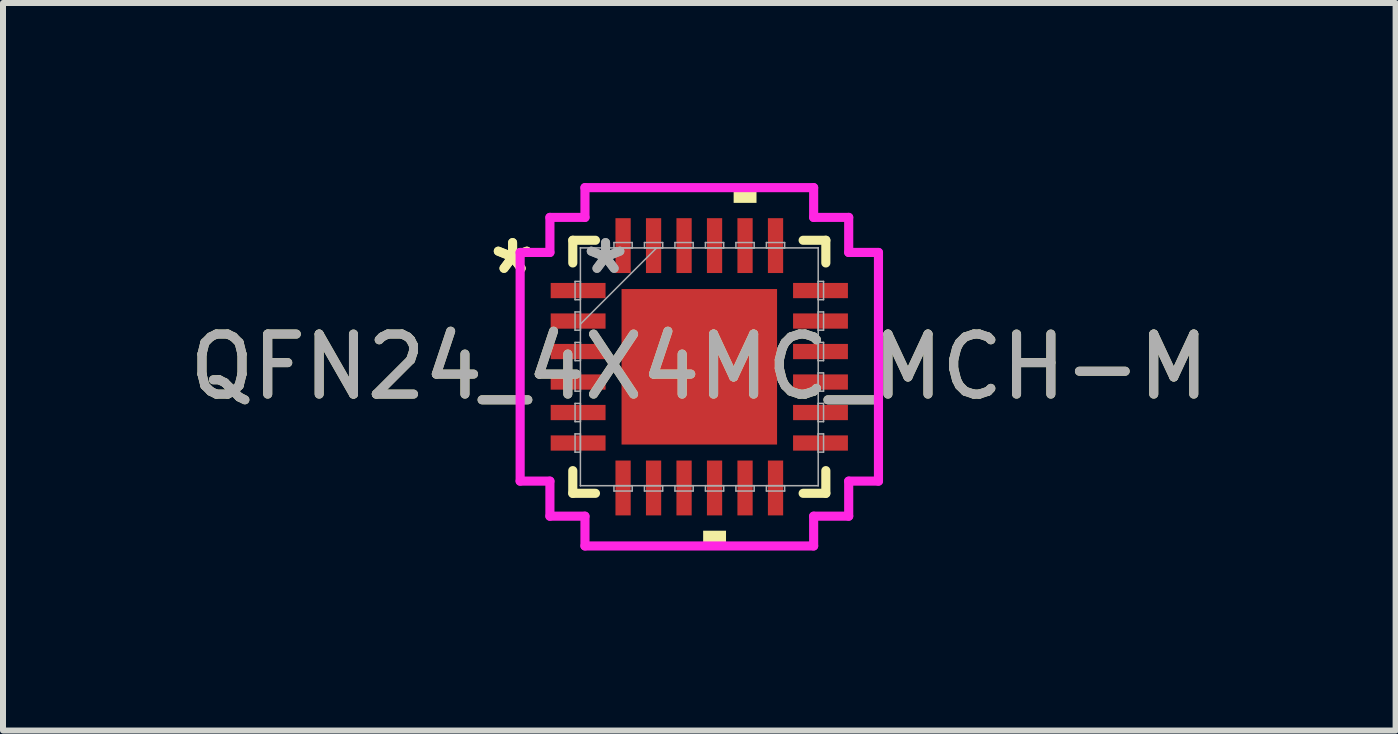
<source format=kicad_pcb>
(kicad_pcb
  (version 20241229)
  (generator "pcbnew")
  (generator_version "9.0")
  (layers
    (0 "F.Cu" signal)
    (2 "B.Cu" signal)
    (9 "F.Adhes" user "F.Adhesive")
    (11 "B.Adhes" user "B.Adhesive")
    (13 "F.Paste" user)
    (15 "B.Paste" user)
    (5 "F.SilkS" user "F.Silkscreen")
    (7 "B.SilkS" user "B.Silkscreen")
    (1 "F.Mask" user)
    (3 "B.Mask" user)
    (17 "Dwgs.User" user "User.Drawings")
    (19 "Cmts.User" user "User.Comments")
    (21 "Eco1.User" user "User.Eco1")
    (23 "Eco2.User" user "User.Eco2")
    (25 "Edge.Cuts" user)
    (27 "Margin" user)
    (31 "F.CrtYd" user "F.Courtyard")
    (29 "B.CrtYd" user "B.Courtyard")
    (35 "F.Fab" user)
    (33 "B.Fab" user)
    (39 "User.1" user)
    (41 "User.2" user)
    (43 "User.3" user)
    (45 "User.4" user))
  (footprint "QFN24_4X4MC_MCH-M"
    (layer "F.Cu")
    (at 8.601 3.061)
    (property "Reference" "QFN24_4X4MC_MCH-M" (at 0 0 0) (unlocked yes) (layer "F.SilkS") (effects (font (size 1 1) (thickness 0.15))))
    (attr smd)
    (fp_line (start -2.108 -2.108) (end -2.108 -1.73) (stroke (width 0.152) (type solid)) (layer "F.SilkS"))
    (fp_line (start -2.108 1.73) (end -2.108 2.108) (stroke (width 0.152) (type solid)) (layer "F.SilkS"))
    (fp_line (start -2.108 2.108) (end -1.73 2.108) (stroke (width 0.152) (type solid)) (layer "F.SilkS"))
    (fp_line (start -1.73 -2.108) (end -2.108 -2.108) (stroke (width 0.152) (type solid)) (layer "F.SilkS"))
    (fp_line (start 1.73 2.108) (end 2.108 2.108) (stroke (width 0.152) (type solid)) (layer "F.SilkS"))
    (fp_line (start 2.108 -2.108) (end 1.73 -2.108) (stroke (width 0.152) (type solid)) (layer "F.SilkS"))
    (fp_line (start 2.108 -1.73) (end 2.108 -2.108) (stroke (width 0.152) (type solid)) (layer "F.SilkS"))
    (fp_line (start 2.108 2.108) (end 2.108 1.73) (stroke (width 0.152) (type solid)) (layer "F.SilkS"))
    (fp_poly (pts (xy 0.064 2.731) (xy 0.064 2.985) (xy 0.445 2.985) (xy 0.445 2.731)) (stroke (width 0) (type solid)) (fill yes) (layer "F.SilkS"))
    (fp_poly (pts (xy 0.572 -2.731) (xy 0.572 -2.985) (xy 0.953 -2.985) (xy 0.953 -2.731)) (stroke (width 0) (type solid)) (fill yes) (layer "F.SilkS"))
    (fp_poly (pts (xy -1.195 -1.195) (xy -1.195 -0.1) (xy -0.1 -0.1) (xy -0.1 -1.195)) (stroke (width 0) (type solid)) (fill yes) (layer "F.Paste"))
    (fp_poly (pts (xy -1.195 0.1) (xy -1.195 1.195) (xy -0.1 1.195) (xy -0.1 0.1)) (stroke (width 0) (type solid)) (fill yes) (layer "F.Paste"))
    (fp_poly (pts (xy 0.1 -1.195) (xy 0.1 -0.1) (xy 1.195 -0.1) (xy 1.195 -1.195)) (stroke (width 0) (type solid)) (fill yes) (layer "F.Paste"))
    (fp_poly (pts (xy 0.1 0.1) (xy 0.1 1.195) (xy 1.195 1.195) (xy 1.195 0.1)) (stroke (width 0) (type solid)) (fill yes) (layer "F.Paste"))
    (fp_line (start -2.985 -1.905) (end -2.489 -1.905) (stroke (width 0.152) (type solid)) (layer "F.CrtYd"))
    (fp_line (start -2.985 1.905) (end -2.985 -1.905) (stroke (width 0.152) (type solid)) (layer "F.CrtYd"))
    (fp_line (start -2.489 -2.489) (end -1.905 -2.489) (stroke (width 0.152) (type solid)) (layer "F.CrtYd"))
    (fp_line (start -2.489 -1.905) (end -2.489 -2.489) (stroke (width 0.152) (type solid)) (layer "F.CrtYd"))
    (fp_line (start -2.489 1.905) (end -2.985 1.905) (stroke (width 0.152) (type solid)) (layer "F.CrtYd"))
    (fp_line (start -2.489 2.489) (end -2.489 1.905) (stroke (width 0.152) (type solid)) (layer "F.CrtYd"))
    (fp_line (start -1.905 -2.985) (end 1.905 -2.985) (stroke (width 0.152) (type solid)) (layer "F.CrtYd"))
    (fp_line (start -1.905 -2.489) (end -1.905 -2.985) (stroke (width 0.152) (type solid)) (layer "F.CrtYd"))
    (fp_line (start -1.905 2.489) (end -2.489 2.489) (stroke (width 0.152) (type solid)) (layer "F.CrtYd"))
    (fp_line (start -1.905 2.985) (end -1.905 2.489) (stroke (width 0.152) (type solid)) (layer "F.CrtYd"))
    (fp_line (start 1.905 -2.985) (end 1.905 -2.489) (stroke (width 0.152) (type solid)) (layer "F.CrtYd"))
    (fp_line (start 1.905 -2.489) (end 2.489 -2.489) (stroke (width 0.152) (type solid)) (layer "F.CrtYd"))
    (fp_line (start 1.905 2.489) (end 1.905 2.985) (stroke (width 0.152) (type solid)) (layer "F.CrtYd"))
    (fp_line (start 1.905 2.985) (end -1.905 2.985) (stroke (width 0.152) (type solid)) (layer "F.CrtYd"))
    (fp_line (start 2.489 -2.489) (end 2.489 -1.905) (stroke (width 0.152) (type solid)) (layer "F.CrtYd"))
    (fp_line (start 2.489 -1.905) (end 2.985 -1.905) (stroke (width 0.152) (type solid)) (layer "F.CrtYd"))
    (fp_line (start 2.489 1.905) (end 2.489 2.489) (stroke (width 0.152) (type solid)) (layer "F.CrtYd"))
    (fp_line (start 2.489 2.489) (end 1.905 2.489) (stroke (width 0.152) (type solid)) (layer "F.CrtYd"))
    (fp_line (start 2.985 -1.905) (end 2.985 1.905) (stroke (width 0.152) (type solid)) (layer "F.CrtYd"))
    (fp_line (start 2.985 1.905) (end 2.489 1.905) (stroke (width 0.152) (type solid)) (layer "F.CrtYd"))
    (fp_line (start -2.07 -1.422) (end -2.07 -1.118) (stroke (width 0.025) (type solid)) (layer "F.Fab"))
    (fp_line (start -2.07 -1.118) (end -1.981 -1.118) (stroke (width 0.025) (type solid)) (layer "F.Fab"))
    (fp_line (start -2.07 -0.914) (end -2.07 -0.61) (stroke (width 0.025) (type solid)) (layer "F.Fab"))
    (fp_line (start -2.07 -0.61) (end -1.981 -0.61) (stroke (width 0.025) (type solid)) (layer "F.Fab"))
    (fp_line (start -2.07 -0.406) (end -2.07 -0.102) (stroke (width 0.025) (type solid)) (layer "F.Fab"))
    (fp_line (start -2.07 -0.102) (end -1.981 -0.102) (stroke (width 0.025) (type solid)) (layer "F.Fab"))
    (fp_line (start -2.07 0.102) (end -2.07 0.406) (stroke (width 0.025) (type solid)) (layer "F.Fab"))
    (fp_line (start -2.07 0.406) (end -1.981 0.406) (stroke (width 0.025) (type solid)) (layer "F.Fab"))
    (fp_line (start -2.07 0.61) (end -2.07 0.914) (stroke (width 0.025) (type solid)) (layer "F.Fab"))
    (fp_line (start -2.07 0.914) (end -1.981 0.914) (stroke (width 0.025) (type solid)) (layer "F.Fab"))
    (fp_line (start -2.07 1.118) (end -2.07 1.422) (stroke (width 0.025) (type solid)) (layer "F.Fab"))
    (fp_line (start -2.07 1.422) (end -1.981 1.422) (stroke (width 0.025) (type solid)) (layer "F.Fab"))
    (fp_line (start -1.981 -1.981) (end -1.981 -1.981) (stroke (width 0.025) (type solid)) (layer "F.Fab"))
    (fp_line (start -1.981 -1.981) (end -1.981 1.981) (stroke (width 0.025) (type solid)) (layer "F.Fab"))
    (fp_line (start -1.981 -1.422) (end -2.07 -1.422) (stroke (width 0.025) (type solid)) (layer "F.Fab"))
    (fp_line (start -1.981 -1.118) (end -1.981 -1.422) (stroke (width 0.025) (type solid)) (layer "F.Fab"))
    (fp_line (start -1.981 -0.914) (end -2.07 -0.914) (stroke (width 0.025) (type solid)) (layer "F.Fab"))
    (fp_line (start -1.981 -0.711) (end -0.711 -1.981) (stroke (width 0.025) (type solid)) (layer "F.Fab"))
    (fp_line (start -1.981 -0.61) (end -1.981 -0.914) (stroke (width 0.025) (type solid)) (layer "F.Fab"))
    (fp_line (start -1.981 -0.406) (end -2.07 -0.406) (stroke (width 0.025) (type solid)) (layer "F.Fab"))
    (fp_line (start -1.981 -0.102) (end -1.981 -0.406) (stroke (width 0.025) (type solid)) (layer "F.Fab"))
    (fp_line (start -1.981 0.102) (end -2.07 0.102) (stroke (width 0.025) (type solid)) (layer "F.Fab"))
    (fp_line (start -1.981 0.406) (end -1.981 0.102) (stroke (width 0.025) (type solid)) (layer "F.Fab"))
    (fp_line (start -1.981 0.61) (end -2.07 0.61) (stroke (width 0.025) (type solid)) (layer "F.Fab"))
    (fp_line (start -1.981 0.914) (end -1.981 0.61) (stroke (width 0.025) (type solid)) (layer "F.Fab"))
    (fp_line (start -1.981 1.118) (end -2.07 1.118) (stroke (width 0.025) (type solid)) (layer "F.Fab"))
    (fp_line (start -1.981 1.422) (end -1.981 1.118) (stroke (width 0.025) (type solid)) (layer "F.Fab"))
    (fp_line (start -1.981 1.981) (end -1.981 1.981) (stroke (width 0.025) (type solid)) (layer "F.Fab"))
    (fp_line (start -1.981 1.981) (end 1.981 1.981) (stroke (width 0.025) (type solid)) (layer "F.Fab"))
    (fp_line (start -1.422 -2.07) (end -1.422 -1.981) (stroke (width 0.025) (type solid)) (layer "F.Fab"))
    (fp_line (start -1.422 -1.981) (end -1.118 -1.981) (stroke (width 0.025) (type solid)) (layer "F.Fab"))
    (fp_line (start -1.422 1.981) (end -1.422 2.07) (stroke (width 0.025) (type solid)) (layer "F.Fab"))
    (fp_line (start -1.422 2.07) (end -1.118 2.07) (stroke (width 0.025) (type solid)) (layer "F.Fab"))
    (fp_line (start -1.118 -2.07) (end -1.422 -2.07) (stroke (width 0.025) (type solid)) (layer "F.Fab"))
    (fp_line (start -1.118 -1.981) (end -1.118 -2.07) (stroke (width 0.025) (type solid)) (layer "F.Fab"))
    (fp_line (start -1.118 1.981) (end -1.422 1.981) (stroke (width 0.025) (type solid)) (layer "F.Fab"))
    (fp_line (start -1.118 2.07) (end -1.118 1.981) (stroke (width 0.025) (type solid)) (layer "F.Fab"))
    (fp_line (start -0.914 -2.07) (end -0.914 -1.981) (stroke (width 0.025) (type solid)) (layer "F.Fab"))
    (fp_line (start -0.914 -1.981) (end -0.61 -1.981) (stroke (width 0.025) (type solid)) (layer "F.Fab"))
    (fp_line (start -0.914 1.981) (end -0.914 2.07) (stroke (width 0.025) (type solid)) (layer "F.Fab"))
    (fp_line (start -0.914 2.07) (end -0.61 2.07) (stroke (width 0.025) (type solid)) (layer "F.Fab"))
    (fp_line (start -0.61 -2.07) (end -0.914 -2.07) (stroke (width 0.025) (type solid)) (layer "F.Fab"))
    (fp_line (start -0.61 -1.981) (end -0.61 -2.07) (stroke (width 0.025) (type solid)) (layer "F.Fab"))
    (fp_line (start -0.61 1.981) (end -0.914 1.981) (stroke (width 0.025) (type solid)) (layer "F.Fab"))
    (fp_line (start -0.61 2.07) (end -0.61 1.981) (stroke (width 0.025) (type solid)) (layer "F.Fab"))
    (fp_line (start -0.406 -2.07) (end -0.406 -1.981) (stroke (width 0.025) (type solid)) (layer "F.Fab"))
    (fp_line (start -0.406 -1.981) (end -0.102 -1.981) (stroke (width 0.025) (type solid)) (layer "F.Fab"))
    (fp_line (start -0.406 1.981) (end -0.406 2.07) (stroke (width 0.025) (type solid)) (layer "F.Fab"))
    (fp_line (start -0.406 2.07) (end -0.102 2.07) (stroke (width 0.025) (type solid)) (layer "F.Fab"))
    (fp_line (start -0.102 -2.07) (end -0.406 -2.07) (stroke (width 0.025) (type solid)) (layer "F.Fab"))
    (fp_line (start -0.102 -1.981) (end -0.102 -2.07) (stroke (width 0.025) (type solid)) (layer "F.Fab"))
    (fp_line (start -0.102 1.981) (end -0.406 1.981) (stroke (width 0.025) (type solid)) (layer "F.Fab"))
    (fp_line (start -0.102 2.07) (end -0.102 1.981) (stroke (width 0.025) (type solid)) (layer "F.Fab"))
    (fp_line (start 0.102 -2.07) (end 0.102 -1.981) (stroke (width 0.025) (type solid)) (layer "F.Fab"))
    (fp_line (start 0.102 -1.981) (end 0.406 -1.981) (stroke (width 0.025) (type solid)) (layer "F.Fab"))
    (fp_line (start 0.102 1.981) (end 0.102 2.07) (stroke (width 0.025) (type solid)) (layer "F.Fab"))
    (fp_line (start 0.102 2.07) (end 0.406 2.07) (stroke (width 0.025) (type solid)) (layer "F.Fab"))
    (fp_line (start 0.406 -2.07) (end 0.102 -2.07) (stroke (width 0.025) (type solid)) (layer "F.Fab"))
    (fp_line (start 0.406 -1.981) (end 0.406 -2.07) (stroke (width 0.025) (type solid)) (layer "F.Fab"))
    (fp_line (start 0.406 1.981) (end 0.102 1.981) (stroke (width 0.025) (type solid)) (layer "F.Fab"))
    (fp_line (start 0.406 2.07) (end 0.406 1.981) (stroke (width 0.025) (type solid)) (layer "F.Fab"))
    (fp_line (start 0.61 -2.07) (end 0.61 -1.981) (stroke (width 0.025) (type solid)) (layer "F.Fab"))
    (fp_line (start 0.61 -1.981) (end 0.914 -1.981) (stroke (width 0.025) (type solid)) (layer "F.Fab"))
    (fp_line (start 0.61 1.981) (end 0.61 2.07) (stroke (width 0.025) (type solid)) (layer "F.Fab"))
    (fp_line (start 0.61 2.07) (end 0.914 2.07) (stroke (width 0.025) (type solid)) (layer "F.Fab"))
    (fp_line (start 0.914 -2.07) (end 0.61 -2.07) (stroke (width 0.025) (type solid)) (layer "F.Fab"))
    (fp_line (start 0.914 -1.981) (end 0.914 -2.07) (stroke (width 0.025) (type solid)) (layer "F.Fab"))
    (fp_line (start 0.914 1.981) (end 0.61 1.981) (stroke (width 0.025) (type solid)) (layer "F.Fab"))
    (fp_line (start 0.914 2.07) (end 0.914 1.981) (stroke (width 0.025) (type solid)) (layer "F.Fab"))
    (fp_line (start 1.118 -2.07) (end 1.118 -1.981) (stroke (width 0.025) (type solid)) (layer "F.Fab"))
    (fp_line (start 1.118 -1.981) (end 1.422 -1.981) (stroke (width 0.025) (type solid)) (layer "F.Fab"))
    (fp_line (start 1.118 1.981) (end 1.118 2.07) (stroke (width 0.025) (type solid)) (layer "F.Fab"))
    (fp_line (start 1.118 2.07) (end 1.422 2.07) (stroke (width 0.025) (type solid)) (layer "F.Fab"))
    (fp_line (start 1.422 -2.07) (end 1.118 -2.07) (stroke (width 0.025) (type solid)) (layer "F.Fab"))
    (fp_line (start 1.422 -1.981) (end 1.422 -2.07) (stroke (width 0.025) (type solid)) (layer "F.Fab"))
    (fp_line (start 1.422 1.981) (end 1.118 1.981) (stroke (width 0.025) (type solid)) (layer "F.Fab"))
    (fp_line (start 1.422 2.07) (end 1.422 1.981) (stroke (width 0.025) (type solid)) (layer "F.Fab"))
    (fp_line (start 1.981 -1.981) (end -1.981 -1.981) (stroke (width 0.025) (type solid)) (layer "F.Fab"))
    (fp_line (start 1.981 -1.981) (end 1.981 -1.981) (stroke (width 0.025) (type solid)) (layer "F.Fab"))
    (fp_line (start 1.981 -1.422) (end 1.981 -1.118) (stroke (width 0.025) (type solid)) (layer "F.Fab"))
    (fp_line (start 1.981 -1.118) (end 2.07 -1.118) (stroke (width 0.025) (type solid)) (layer "F.Fab"))
    (fp_line (start 1.981 -0.914) (end 1.981 -0.61) (stroke (width 0.025) (type solid)) (layer "F.Fab"))
    (fp_line (start 1.981 -0.61) (end 2.07 -0.61) (stroke (width 0.025) (type solid)) (layer "F.Fab"))
    (fp_line (start 1.981 -0.406) (end 1.981 -0.102) (stroke (width 0.025) (type solid)) (layer "F.Fab"))
    (fp_line (start 1.981 -0.102) (end 2.07 -0.102) (stroke (width 0.025) (type solid)) (layer "F.Fab"))
    (fp_line (start 1.981 0.102) (end 1.981 0.406) (stroke (width 0.025) (type solid)) (layer "F.Fab"))
    (fp_line (start 1.981 0.406) (end 2.07 0.406) (stroke (width 0.025) (type solid)) (layer "F.Fab"))
    (fp_line (start 1.981 0.61) (end 1.981 0.914) (stroke (width 0.025) (type solid)) (layer "F.Fab"))
    (fp_line (start 1.981 0.914) (end 2.07 0.914) (stroke (width 0.025) (type solid)) (layer "F.Fab"))
    (fp_line (start 1.981 1.118) (end 1.981 1.422) (stroke (width 0.025) (type solid)) (layer "F.Fab"))
    (fp_line (start 1.981 1.422) (end 2.07 1.422) (stroke (width 0.025) (type solid)) (layer "F.Fab"))
    (fp_line (start 1.981 1.981) (end 1.981 -1.981) (stroke (width 0.025) (type solid)) (layer "F.Fab"))
    (fp_line (start 1.981 1.981) (end 1.981 1.981) (stroke (width 0.025) (type solid)) (layer "F.Fab"))
    (fp_line (start 2.07 -1.422) (end 1.981 -1.422) (stroke (width 0.025) (type solid)) (layer "F.Fab"))
    (fp_line (start 2.07 -1.118) (end 2.07 -1.422) (stroke (width 0.025) (type solid)) (layer "F.Fab"))
    (fp_line (start 2.07 -0.914) (end 1.981 -0.914) (stroke (width 0.025) (type solid)) (layer "F.Fab"))
    (fp_line (start 2.07 -0.61) (end 2.07 -0.914) (stroke (width 0.025) (type solid)) (layer "F.Fab"))
    (fp_line (start 2.07 -0.406) (end 1.981 -0.406) (stroke (width 0.025) (type solid)) (layer "F.Fab"))
    (fp_line (start 2.07 -0.102) (end 2.07 -0.406) (stroke (width 0.025) (type solid)) (layer "F.Fab"))
    (fp_line (start 2.07 0.102) (end 1.981 0.102) (stroke (width 0.025) (type solid)) (layer "F.Fab"))
    (fp_line (start 2.07 0.406) (end 2.07 0.102) (stroke (width 0.025) (type solid)) (layer "F.Fab"))
    (fp_line (start 2.07 0.61) (end 1.981 0.61) (stroke (width 0.025) (type solid)) (layer "F.Fab"))
    (fp_line (start 2.07 0.914) (end 2.07 0.61) (stroke (width 0.025) (type solid)) (layer "F.Fab"))
    (fp_line (start 2.07 1.118) (end 1.981 1.118) (stroke (width 0.025) (type solid)) (layer "F.Fab"))
    (fp_line (start 2.07 1.422) (end 2.07 1.118) (stroke (width 0.025) (type solid)) (layer "F.Fab"))
    (fp_text user "*" (at -3.111 -1.524 0) (layer "F.SilkS") (effects (font (size 1 1) (thickness 0.15))))
    (fp_text user "*" (at -3.111 -1.524 0) (unlocked yes) (layer "F.SilkS") (effects (font (size 1 1) (thickness 0.15))))
    (fp_text user "${REFERENCE}" (at 0 0 0) (unlocked yes) (layer "F.Fab") (effects (font (size 1 1) (thickness 0.15))))
    (fp_text user "*" (at -1.562 -1.524 0) (layer "F.Fab") (effects (font (size 1 1) (thickness 0.15))))
    (fp_text user "*" (at -1.562 -1.524 0) (unlocked yes) (layer "F.Fab") (effects (font (size 1 1) (thickness 0.15))))
    (pad "1" smd rect (at -2.019 -1.27 90) (size 0.254 0.914) (layers "F.Cu" "F.Mask" "F.Paste"))
    (pad "2" smd rect (at -2.019 -0.762 90) (size 0.254 0.914) (layers "F.Cu" "F.Mask" "F.Paste"))
    (pad "3" smd rect (at -2.019 -0.254 90) (size 0.254 0.914) (layers "F.Cu" "F.Mask" "F.Paste"))
    (pad "4" smd rect (at -2.019 0.254 90) (size 0.254 0.914) (layers "F.Cu" "F.Mask" "F.Paste"))
    (pad "5" smd rect (at -2.019 0.762 90) (size 0.254 0.914) (layers "F.Cu" "F.Mask" "F.Paste"))
    (pad "6" smd rect (at -2.019 1.27 90) (size 0.254 0.914) (layers "F.Cu" "F.Mask" "F.Paste"))
    (pad "7" smd rect (at -1.27 2.019) (size 0.254 0.914) (layers "F.Cu" "F.Mask" "F.Paste"))
    (pad "8" smd rect (at -0.762 2.019) (size 0.254 0.914) (layers "F.Cu" "F.Mask" "F.Paste"))
    (pad "9" smd rect (at -0.254 2.019) (size 0.254 0.914) (layers "F.Cu" "F.Mask" "F.Paste"))
    (pad "10" smd rect (at 0.254 2.019) (size 0.254 0.914) (layers "F.Cu" "F.Mask" "F.Paste"))
    (pad "11" smd rect (at 0.762 2.019) (size 0.254 0.914) (layers "F.Cu" "F.Mask" "F.Paste"))
    (pad "12" smd rect (at 1.27 2.019) (size 0.254 0.914) (layers "F.Cu" "F.Mask" "F.Paste"))
    (pad "13" smd rect (at 2.019 1.27 90) (size 0.254 0.914) (layers "F.Cu" "F.Mask" "F.Paste"))
    (pad "14" smd rect (at 2.019 0.762 90) (size 0.254 0.914) (layers "F.Cu" "F.Mask" "F.Paste"))
    (pad "15" smd rect (at 2.019 0.254 90) (size 0.254 0.914) (layers "F.Cu" "F.Mask" "F.Paste"))
    (pad "16" smd rect (at 2.019 -0.254 90) (size 0.254 0.914) (layers "F.Cu" "F.Mask" "F.Paste"))
    (pad "17" smd rect (at 2.019 -0.762 90) (size 0.254 0.914) (layers "F.Cu" "F.Mask" "F.Paste"))
    (pad "18" smd rect (at 2.019 -1.27 90) (size 0.254 0.914) (layers "F.Cu" "F.Mask" "F.Paste"))
    (pad "19" smd rect (at 1.27 -2.019) (size 0.254 0.914) (layers "F.Cu" "F.Mask" "F.Paste"))
    (pad "20" smd rect (at 0.762 -2.019) (size 0.254 0.914) (layers "F.Cu" "F.Mask" "F.Paste"))
    (pad "21" smd rect (at 0.254 -2.019) (size 0.254 0.914) (layers "F.Cu" "F.Mask" "F.Paste"))
    (pad "22" smd rect (at -0.254 -2.019) (size 0.254 0.914) (layers "F.Cu" "F.Mask" "F.Paste"))
    (pad "23" smd rect (at -0.762 -2.019) (size 0.254 0.914) (layers "F.Cu" "F.Mask" "F.Paste"))
    (pad "24" smd rect (at -1.27 -2.019) (size 0.254 0.914) (layers "F.Cu" "F.Mask" "F.Paste"))
    (pad "25" smd rect (at 0 0) (size 2.591 2.591) (layers "F.Cu" "F.Mask" "F.Paste")))
  (gr_rect
    (start -3 -3)
    (end 20.202 9.121)
    (stroke (width 0.1) (type default))
    (fill no)
    (layer "Edge.Cuts")))
</source>
